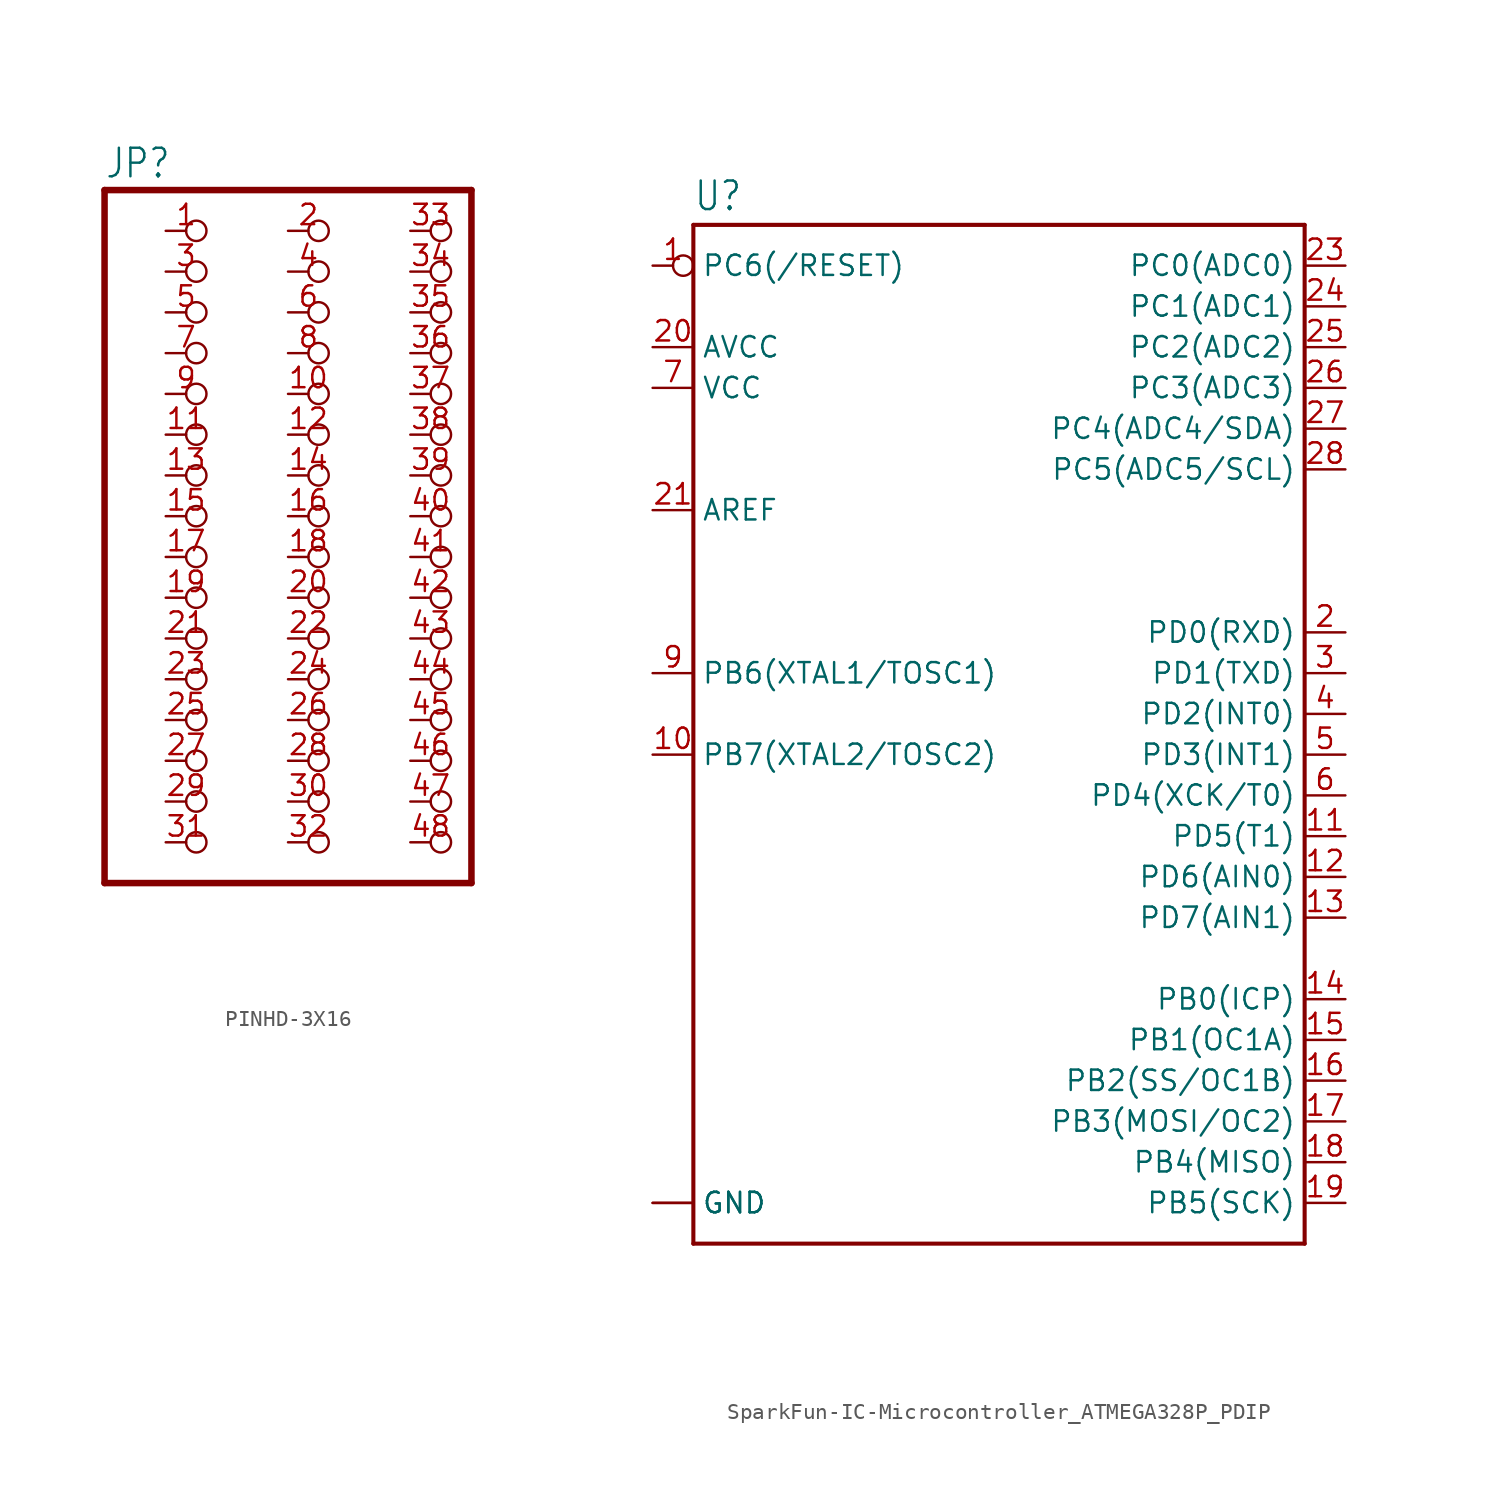
<source format=kicad_sym>
(kicad_symbol_lib
  (version 20231120)
  (generator "kicad_symbol_editor")
  (generator_version "8.0")
  (symbol "PINHD-3X16"
    (property "Reference" "JP"
      (at -6.35 20.955 0)
      (effects (font (size 1.778 1.511)) (justify left bottom)))
    (property "Value" ""
      (at -6.35 -25.4 0)
      (effects (font (size 1.778 1.511)) (justify left bottom)))
    (property "ki_locked" ""
      (at 0 0 0)
      (effects (font (size 1.27 1.27))))
    (symbol "PINHD-3X16_1_0"
      (polyline (pts (xy -6.35 -22.86) (xy 16.51 -22.86)) (stroke (width 0.406) (type solid)) (fill (type none)))
      (polyline (pts (xy -6.35 20.32) (xy -6.35 -22.86)) (stroke (width 0.406) (type solid)) (fill (type none)))
      (polyline (pts (xy 16.51 -22.86) (xy 16.51 20.32)) (stroke (width 0.406) (type solid)) (fill (type none)))
      (polyline (pts (xy 16.51 20.32) (xy -6.35 20.32)) (stroke (width 0.406) (type solid)) (fill (type none)))
      (pin passive inverted (at -2.54 17.78 0) (length 2.54) (name "1" (effects (font (size 0 0)))) (number "1" (effects (font (size 1.27 1.27)))))
      (pin passive inverted (at 5.08 7.62 0) (length 2.54) (name "10" (effects (font (size 0 0)))) (number "10" (effects (font (size 1.27 1.27)))))
      (pin passive inverted (at -2.54 5.08 0) (length 2.54) (name "11" (effects (font (size 0 0)))) (number "11" (effects (font (size 1.27 1.27)))))
      (pin passive inverted (at 5.08 5.08 0) (length 2.54) (name "12" (effects (font (size 0 0)))) (number "12" (effects (font (size 1.27 1.27)))))
      (pin passive inverted (at -2.54 2.54 0) (length 2.54) (name "13" (effects (font (size 0 0)))) (number "13" (effects (font (size 1.27 1.27)))))
      (pin passive inverted (at 5.08 2.54 0) (length 2.54) (name "14" (effects (font (size 0 0)))) (number "14" (effects (font (size 1.27 1.27)))))
      (pin passive inverted (at -2.54 0 0) (length 2.54) (name "15" (effects (font (size 0 0)))) (number "15" (effects (font (size 1.27 1.27)))))
      (pin passive inverted (at 5.08 0 0) (length 2.54) (name "16" (effects (font (size 0 0)))) (number "16" (effects (font (size 1.27 1.27)))))
      (pin passive inverted (at -2.54 -2.54 0) (length 2.54) (name "17" (effects (font (size 0 0)))) (number "17" (effects (font (size 1.27 1.27)))))
      (pin passive inverted (at 5.08 -2.54 0) (length 2.54) (name "18" (effects (font (size 0 0)))) (number "18" (effects (font (size 1.27 1.27)))))
      (pin passive inverted (at -2.54 -5.08 0) (length 2.54) (name "19" (effects (font (size 0 0)))) (number "19" (effects (font (size 1.27 1.27)))))
      (pin passive inverted (at 5.08 17.78 0) (length 2.54) (name "2" (effects (font (size 0 0)))) (number "2" (effects (font (size 1.27 1.27)))))
      (pin passive inverted (at 5.08 -5.08 0) (length 2.54) (name "20" (effects (font (size 0 0)))) (number "20" (effects (font (size 1.27 1.27)))))
      (pin passive inverted (at -2.54 -7.62 0) (length 2.54) (name "21" (effects (font (size 0 0)))) (number "21" (effects (font (size 1.27 1.27)))))
      (pin passive inverted (at 5.08 -7.62 0) (length 2.54) (name "22" (effects (font (size 0 0)))) (number "22" (effects (font (size 1.27 1.27)))))
      (pin passive inverted (at -2.54 -10.16 0) (length 2.54) (name "23" (effects (font (size 0 0)))) (number "23" (effects (font (size 1.27 1.27)))))
      (pin passive inverted (at 5.08 -10.16 0) (length 2.54) (name "24" (effects (font (size 0 0)))) (number "24" (effects (font (size 1.27 1.27)))))
      (pin passive inverted (at -2.54 -12.7 0) (length 2.54) (name "25" (effects (font (size 0 0)))) (number "25" (effects (font (size 1.27 1.27)))))
      (pin passive inverted (at 5.08 -12.7 0) (length 2.54) (name "26" (effects (font (size 0 0)))) (number "26" (effects (font (size 1.27 1.27)))))
      (pin passive inverted (at -2.54 -15.24 0) (length 2.54) (name "27" (effects (font (size 0 0)))) (number "27" (effects (font (size 1.27 1.27)))))
      (pin passive inverted (at 5.08 -15.24 0) (length 2.54) (name "28" (effects (font (size 0 0)))) (number "28" (effects (font (size 1.27 1.27)))))
      (pin passive inverted (at -2.54 -17.78 0) (length 2.54) (name "29" (effects (font (size 0 0)))) (number "29" (effects (font (size 1.27 1.27)))))
      (pin passive inverted (at -2.54 15.24 0) (length 2.54) (name "3" (effects (font (size 0 0)))) (number "3" (effects (font (size 1.27 1.27)))))
      (pin passive inverted (at 5.08 -17.78 0) (length 2.54) (name "30" (effects (font (size 0 0)))) (number "30" (effects (font (size 1.27 1.27)))))
      (pin passive inverted (at -2.54 -20.32 0) (length 2.54) (name "31" (effects (font (size 0 0)))) (number "31" (effects (font (size 1.27 1.27)))))
      (pin passive inverted (at 5.08 -20.32 0) (length 2.54) (name "32" (effects (font (size 0 0)))) (number "32" (effects (font (size 1.27 1.27)))))
      (pin passive inverted (at 12.7 17.78 0) (length 2.54) (name "33" (effects (font (size 0 0)))) (number "33" (effects (font (size 1.27 1.27)))))
      (pin passive inverted (at 12.7 15.24 0) (length 2.54) (name "34" (effects (font (size 0 0)))) (number "34" (effects (font (size 1.27 1.27)))))
      (pin passive inverted (at 12.7 12.7 0) (length 2.54) (name "35" (effects (font (size 0 0)))) (number "35" (effects (font (size 1.27 1.27)))))
      (pin passive inverted (at 12.7 10.16 0) (length 2.54) (name "36" (effects (font (size 0 0)))) (number "36" (effects (font (size 1.27 1.27)))))
      (pin passive inverted (at 12.7 7.62 0) (length 2.54) (name "37" (effects (font (size 0 0)))) (number "37" (effects (font (size 1.27 1.27)))))
      (pin passive inverted (at 12.7 5.08 0) (length 2.54) (name "38" (effects (font (size 0 0)))) (number "38" (effects (font (size 1.27 1.27)))))
      (pin passive inverted (at 12.7 2.54 0) (length 2.54) (name "39" (effects (font (size 0 0)))) (number "39" (effects (font (size 1.27 1.27)))))
      (pin passive inverted (at 5.08 15.24 0) (length 2.54) (name "4" (effects (font (size 0 0)))) (number "4" (effects (font (size 1.27 1.27)))))
      (pin passive inverted (at 12.7 0 0) (length 2.54) (name "40" (effects (font (size 0 0)))) (number "40" (effects (font (size 1.27 1.27)))))
      (pin passive inverted (at 12.7 -2.54 0) (length 2.54) (name "41" (effects (font (size 0 0)))) (number "41" (effects (font (size 1.27 1.27)))))
      (pin passive inverted (at 12.7 -5.08 0) (length 2.54) (name "42" (effects (font (size 0 0)))) (number "42" (effects (font (size 1.27 1.27)))))
      (pin passive inverted (at 12.7 -7.62 0) (length 2.54) (name "43" (effects (font (size 0 0)))) (number "43" (effects (font (size 1.27 1.27)))))
      (pin passive inverted (at 12.7 -10.16 0) (length 2.54) (name "44" (effects (font (size 0 0)))) (number "44" (effects (font (size 1.27 1.27)))))
      (pin passive inverted (at 12.7 -12.7 0) (length 2.54) (name "45" (effects (font (size 0 0)))) (number "45" (effects (font (size 1.27 1.27)))))
      (pin passive inverted (at 12.7 -15.24 0) (length 2.54) (name "46" (effects (font (size 0 0)))) (number "46" (effects (font (size 1.27 1.27)))))
      (pin passive inverted (at 12.7 -17.78 0) (length 2.54) (name "47" (effects (font (size 0 0)))) (number "47" (effects (font (size 1.27 1.27)))))
      (pin passive inverted (at 12.7 -20.32 0) (length 2.54) (name "48" (effects (font (size 0 0)))) (number "48" (effects (font (size 1.27 1.27)))))
      (pin passive inverted (at -2.54 12.7 0) (length 2.54) (name "5" (effects (font (size 0 0)))) (number "5" (effects (font (size 1.27 1.27)))))
      (pin passive inverted (at 5.08 12.7 0) (length 2.54) (name "6" (effects (font (size 0 0)))) (number "6" (effects (font (size 1.27 1.27)))))
      (pin passive inverted (at -2.54 10.16 0) (length 2.54) (name "7" (effects (font (size 0 0)))) (number "7" (effects (font (size 1.27 1.27)))))
      (pin passive inverted (at 5.08 10.16 0) (length 2.54) (name "8" (effects (font (size 0 0)))) (number "8" (effects (font (size 1.27 1.27)))))
      (pin passive inverted (at -2.54 7.62 0) (length 2.54) (name "9" (effects (font (size 0 0)))) (number "9" (effects (font (size 1.27 1.27)))))))
  (symbol "SparkFun-IC-Microcontroller_ATMEGA328P_PDIP"
    (property "Reference" "U"
      (at -17.78 28.702 0)
      (effects (font (size 1.778 1.511)) (justify left bottom)))
    (property "Value" ""
      (at -17.78 -38.1 0)
      (effects (font (size 1.778 1.511)) (justify left bottom)))
    (property "ki_locked" ""
      (at 0 0 0)
      (effects (font (size 1.27 1.27))))
    (symbol "SparkFun-IC-Microcontroller_ATMEGA328P_PDIP_1_0"
      (polyline (pts (xy -17.78 -35.56) (xy -17.78 27.94)) (stroke (width 0.254) (type solid)) (fill (type none)))
      (polyline (pts (xy -17.78 27.94) (xy 20.32 27.94)) (stroke (width 0.254) (type solid)) (fill (type none)))
      (polyline (pts (xy 20.32 -35.56) (xy -17.78 -35.56)) (stroke (width 0.254) (type solid)) (fill (type none)))
      (polyline (pts (xy 20.32 27.94) (xy 20.32 -35.56)) (stroke (width 0.254) (type solid)) (fill (type none)))
      (pin bidirectional inverted (at -20.32 25.4 0) (length 2.54) (name "PC6(/RESET)" (effects (font (size 1.27 1.27)))) (number "1" (effects (font (size 1.27 1.27)))))
      (pin bidirectional line (at -20.32 -5.08 0) (length 2.54) (name "PB7(XTAL2/TOSC2)" (effects (font (size 1.27 1.27)))) (number "10" (effects (font (size 1.27 1.27)))))
      (pin bidirectional line (at 22.86 -10.16 180) (length 2.54) (name "PD5(T1)" (effects (font (size 1.27 1.27)))) (number "11" (effects (font (size 1.27 1.27)))))
      (pin bidirectional line (at 22.86 -12.7 180) (length 2.54) (name "PD6(AIN0)" (effects (font (size 1.27 1.27)))) (number "12" (effects (font (size 1.27 1.27)))))
      (pin bidirectional line (at 22.86 -15.24 180) (length 2.54) (name "PD7(AIN1)" (effects (font (size 1.27 1.27)))) (number "13" (effects (font (size 1.27 1.27)))))
      (pin bidirectional line (at 22.86 -20.32 180) (length 2.54) (name "PB0(ICP)" (effects (font (size 1.27 1.27)))) (number "14" (effects (font (size 1.27 1.27)))))
      (pin bidirectional line (at 22.86 -22.86 180) (length 2.54) (name "PB1(OC1A)" (effects (font (size 1.27 1.27)))) (number "15" (effects (font (size 1.27 1.27)))))
      (pin bidirectional line (at 22.86 -25.4 180) (length 2.54) (name "PB2(SS/OC1B)" (effects (font (size 1.27 1.27)))) (number "16" (effects (font (size 1.27 1.27)))))
      (pin bidirectional line (at 22.86 -27.94 180) (length 2.54) (name "PB3(MOSI/OC2)" (effects (font (size 1.27 1.27)))) (number "17" (effects (font (size 1.27 1.27)))))
      (pin bidirectional line (at 22.86 -30.48 180) (length 2.54) (name "PB4(MISO)" (effects (font (size 1.27 1.27)))) (number "18" (effects (font (size 1.27 1.27)))))
      (pin bidirectional line (at 22.86 -33.02 180) (length 2.54) (name "PB5(SCK)" (effects (font (size 1.27 1.27)))) (number "19" (effects (font (size 1.27 1.27)))))
      (pin bidirectional line (at 22.86 2.54 180) (length 2.54) (name "PD0(RXD)" (effects (font (size 1.27 1.27)))) (number "2" (effects (font (size 1.27 1.27)))))
      (pin bidirectional line (at -20.32 20.32 0) (length 2.54) (name "AVCC" (effects (font (size 1.27 1.27)))) (number "20" (effects (font (size 1.27 1.27)))))
      (pin bidirectional line (at -20.32 10.16 0) (length 2.54) (name "AREF" (effects (font (size 1.27 1.27)))) (number "21" (effects (font (size 1.27 1.27)))))
      (pin bidirectional line (at -20.32 -33.02 0) (length 2.54) (name "GND" (effects (font (size 1.27 1.27)))) (number "22" (effects (font (size 0 0)))))
      (pin bidirectional line (at 22.86 25.4 180) (length 2.54) (name "PC0(ADC0)" (effects (font (size 1.27 1.27)))) (number "23" (effects (font (size 1.27 1.27)))))
      (pin bidirectional line (at 22.86 22.86 180) (length 2.54) (name "PC1(ADC1)" (effects (font (size 1.27 1.27)))) (number "24" (effects (font (size 1.27 1.27)))))
      (pin bidirectional line (at 22.86 20.32 180) (length 2.54) (name "PC2(ADC2)" (effects (font (size 1.27 1.27)))) (number "25" (effects (font (size 1.27 1.27)))))
      (pin bidirectional line (at 22.86 17.78 180) (length 2.54) (name "PC3(ADC3)" (effects (font (size 1.27 1.27)))) (number "26" (effects (font (size 1.27 1.27)))))
      (pin bidirectional line (at 22.86 15.24 180) (length 2.54) (name "PC4(ADC4/SDA)" (effects (font (size 1.27 1.27)))) (number "27" (effects (font (size 1.27 1.27)))))
      (pin bidirectional line (at 22.86 12.7 180) (length 2.54) (name "PC5(ADC5/SCL)" (effects (font (size 1.27 1.27)))) (number "28" (effects (font (size 1.27 1.27)))))
      (pin bidirectional line (at 22.86 0 180) (length 2.54) (name "PD1(TXD)" (effects (font (size 1.27 1.27)))) (number "3" (effects (font (size 1.27 1.27)))))
      (pin bidirectional line (at 22.86 -2.54 180) (length 2.54) (name "PD2(INT0)" (effects (font (size 1.27 1.27)))) (number "4" (effects (font (size 1.27 1.27)))))
      (pin bidirectional line (at 22.86 -5.08 180) (length 2.54) (name "PD3(INT1)" (effects (font (size 1.27 1.27)))) (number "5" (effects (font (size 1.27 1.27)))))
      (pin bidirectional line (at 22.86 -7.62 180) (length 2.54) (name "PD4(XCK/T0)" (effects (font (size 1.27 1.27)))) (number "6" (effects (font (size 1.27 1.27)))))
      (pin bidirectional line (at -20.32 17.78 0) (length 2.54) (name "VCC" (effects (font (size 1.27 1.27)))) (number "7" (effects (font (size 1.27 1.27)))))
      (pin bidirectional line (at -20.32 -33.02 0) (length 2.54) (name "GND" (effects (font (size 1.27 1.27)))) (number "8" (effects (font (size 0 0)))))
      (pin bidirectional line (at -20.32 0 0) (length 2.54) (name "PB6(XTAL1/TOSC1)" (effects (font (size 1.27 1.27)))) (number "9" (effects (font (size 1.27 1.27))))))))
</source>
